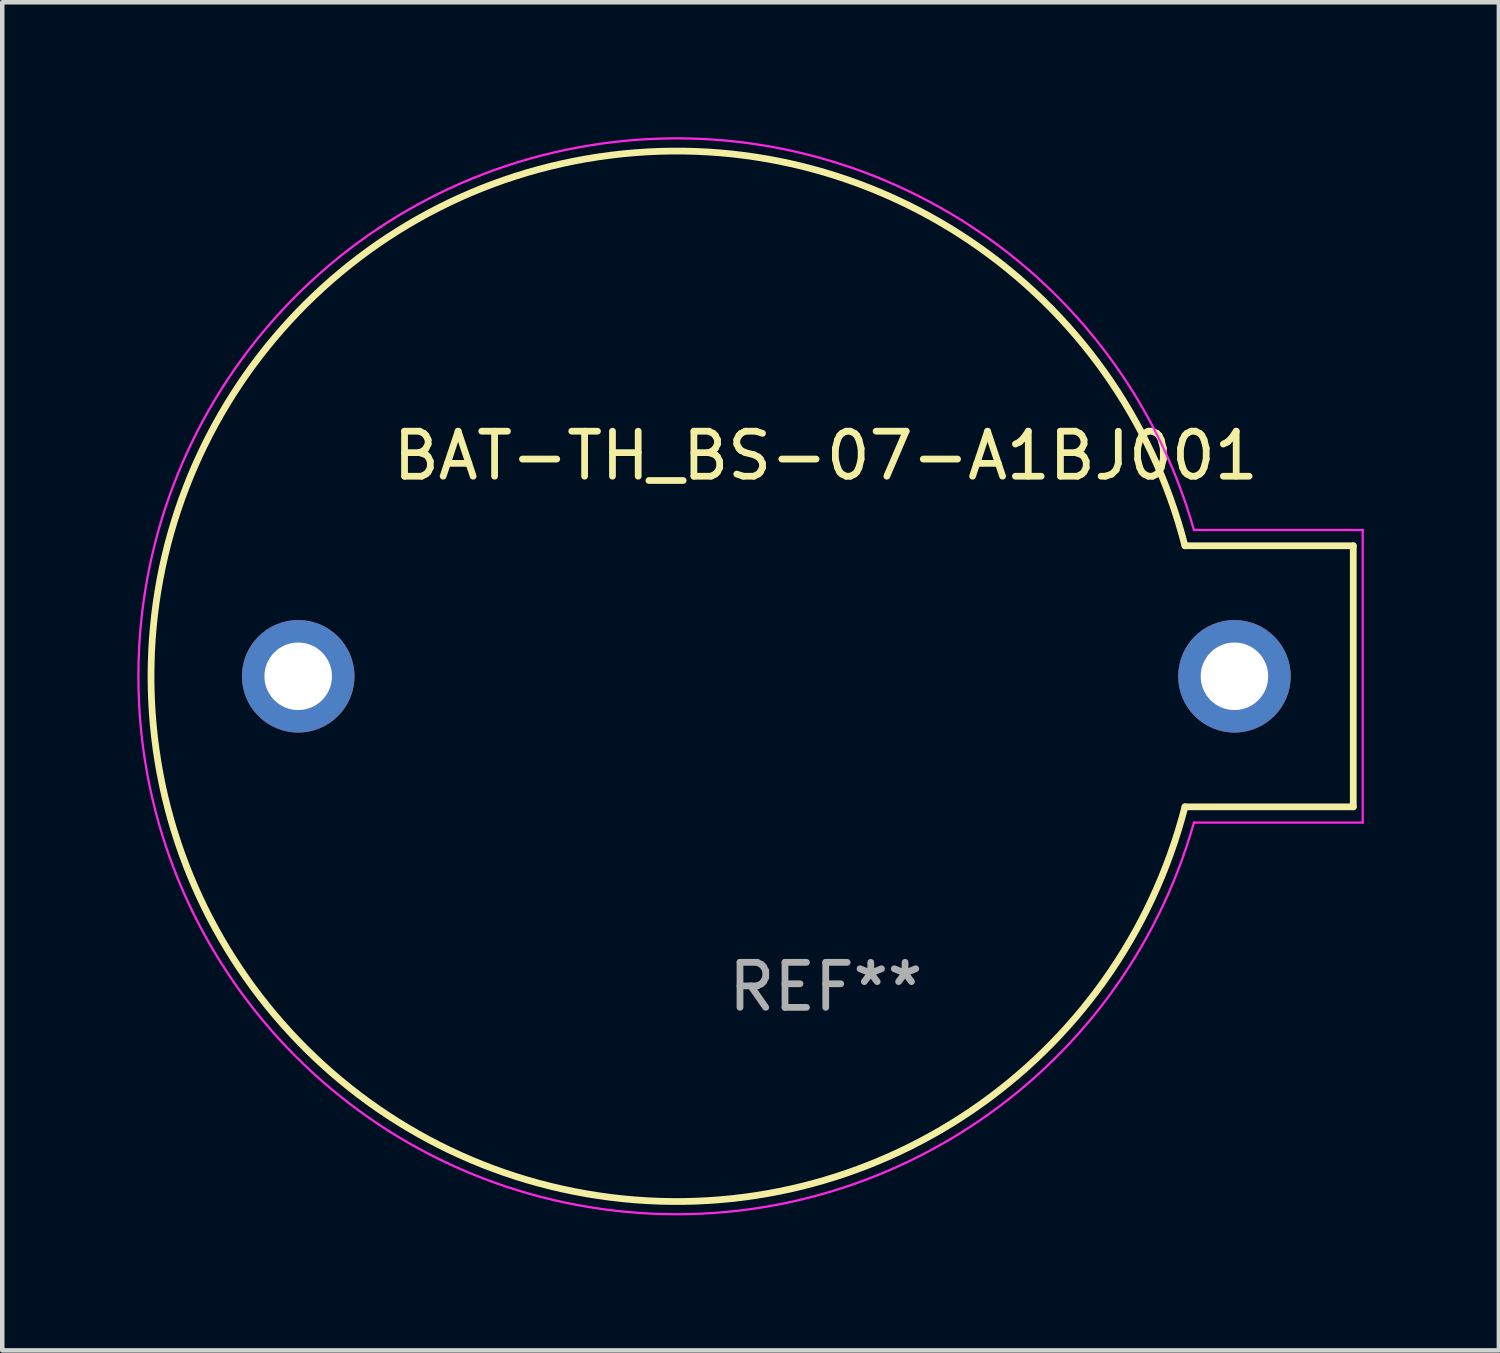
<source format=kicad_pcb>
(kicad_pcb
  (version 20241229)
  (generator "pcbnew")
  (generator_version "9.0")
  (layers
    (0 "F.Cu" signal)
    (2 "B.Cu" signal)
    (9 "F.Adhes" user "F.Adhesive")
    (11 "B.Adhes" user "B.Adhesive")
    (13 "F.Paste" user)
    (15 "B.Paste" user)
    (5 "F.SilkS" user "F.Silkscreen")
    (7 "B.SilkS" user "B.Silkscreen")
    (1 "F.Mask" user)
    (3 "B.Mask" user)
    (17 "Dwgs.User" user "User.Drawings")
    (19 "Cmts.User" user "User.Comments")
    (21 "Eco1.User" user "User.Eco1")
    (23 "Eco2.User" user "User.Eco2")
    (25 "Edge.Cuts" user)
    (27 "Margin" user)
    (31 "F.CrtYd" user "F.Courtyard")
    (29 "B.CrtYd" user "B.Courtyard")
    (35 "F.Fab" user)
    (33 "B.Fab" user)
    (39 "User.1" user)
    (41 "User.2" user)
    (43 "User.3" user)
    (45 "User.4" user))
  (footprint "BAT-TH_BS-07-A1BJ001"
    (layer "F.Cu")
    (at 13.975 11.975)
    (property "Reference" "BAT-TH_BS-07-A1BJ001" (at 1.32 -4.9 0) (layer "F.SilkS") (effects (font (size 1 1) (thickness 0.15))))
    (attr through_hole)
    (fp_line (start 13.04 -2.9) (end 9.3 -2.9) (stroke (width 0.15) (type solid)) (layer "F.SilkS"))
    (fp_line (start 13.04 -2.9) (end 13.04 2.9) (stroke (width 0.15) (type solid)) (layer "F.SilkS"))
    (fp_line (start 13.04 2.9) (end 9.3 2.9) (stroke (width 0.15) (type solid)) (layer "F.SilkS"))
    (fp_arc (start 9.3 2.9) (mid -13.67 0) (end 9.3 -2.9) (stroke (width 0.15) (type solid)) (layer "F.SilkS"))
    (fp_line (start 9.5 -3.25) (end 13.25 -3.25) (stroke (width 0.05) (type default)) (layer "F.CrtYd"))
    (fp_line (start 13.25 -3.25) (end 13.25 3.25) (stroke (width 0.05) (type default)) (layer "F.CrtYd"))
    (fp_line (start 13.25 3.25) (end 9.5 3.25) (stroke (width 0.05) (type default)) (layer "F.CrtYd"))
    (fp_arc (start 9.5 3.25) (mid -13.950418 0) (end 9.5 -3.25) (stroke (width 0.05) (type default)) (layer "F.CrtYd"))
    (fp_text user "REF**" (at 1.32 6.9 0) (layer "F.Fab") (effects (font (size 1 1) (thickness 0.15))))
    (pad "1" thru_hole circle (at 10.4 0) (size 2.5 2.5) (drill 1.5) (layers "*.Cu" "*.Mask"))
    (pad "2" thru_hole circle (at -10.4 0) (size 2.5 2.5) (drill 1.5) (layers "*.Cu" "*.Mask")))
  (gr_rect
    (start -3 -3)
    (end 30.25 26.951)
    (stroke (width 0.1) (type default))
    (fill no)
    (layer "Edge.Cuts")))
</source>
